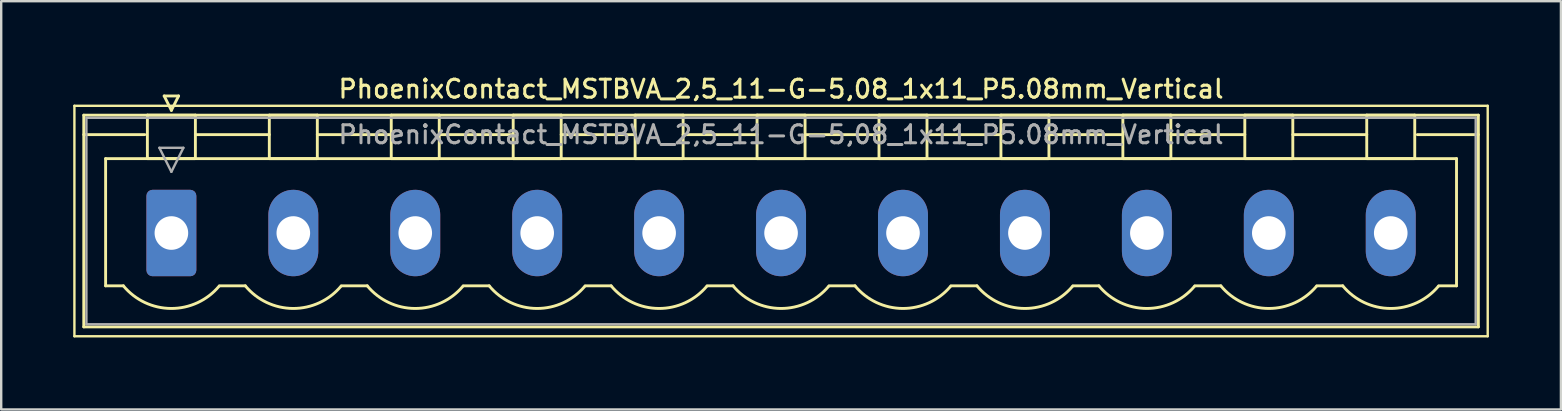
<source format=kicad_pcb>
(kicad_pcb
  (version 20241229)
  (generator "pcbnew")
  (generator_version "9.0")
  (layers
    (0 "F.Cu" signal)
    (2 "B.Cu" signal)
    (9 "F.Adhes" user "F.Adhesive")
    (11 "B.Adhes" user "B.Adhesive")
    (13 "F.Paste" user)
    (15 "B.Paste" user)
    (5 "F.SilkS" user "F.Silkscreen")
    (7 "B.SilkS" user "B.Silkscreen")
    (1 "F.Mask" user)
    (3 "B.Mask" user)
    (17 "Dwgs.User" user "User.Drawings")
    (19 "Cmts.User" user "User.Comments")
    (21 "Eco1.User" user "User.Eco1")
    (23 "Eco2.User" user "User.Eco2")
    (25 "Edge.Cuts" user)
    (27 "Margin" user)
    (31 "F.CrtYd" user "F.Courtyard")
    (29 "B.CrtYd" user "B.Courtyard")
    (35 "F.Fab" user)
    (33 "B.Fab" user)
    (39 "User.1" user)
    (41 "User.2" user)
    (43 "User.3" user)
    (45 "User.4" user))
  (footprint "PhoenixContact_MSTBVA_2,5_11-G-5,08_1x11_P5.08mm_Vertical"
    (layer "F.Cu")
    (at 4.09 6.658)
    (property "Reference" "PhoenixContact_MSTBVA_2,5_11-G-5,08_1x11_P5.08mm_Vertical" (at 25.4 -6 0) (layer "F.SilkS") (effects (font (size 0.75 0.75) (thickness 0.125))))
    (attr through_hole)
    (fp_line (start -4.04 -5.3) (end -4.04 4.3) (stroke (width 0.1) (type solid)) (layer "F.SilkS"))
    (fp_line (start -4.04 4.3) (end 54.84 4.3) (stroke (width 0.1) (type solid)) (layer "F.SilkS"))
    (fp_line (start -3.65 -4.91) (end -3.65 3.91) (stroke (width 0.12) (type solid)) (layer "F.SilkS"))
    (fp_line (start -3.65 -4.1) (end -1.11 -4.1) (stroke (width 0.12) (type solid)) (layer "F.SilkS"))
    (fp_line (start -3.65 3.91) (end 54.45 3.91) (stroke (width 0.12) (type solid)) (layer "F.SilkS"))
    (fp_line (start -2.74 -3.1) (end 53.54 -3.1) (stroke (width 0.12) (type solid)) (layer "F.SilkS"))
    (fp_line (start -2.74 2.2) (end -2.74 -3.1) (stroke (width 0.12) (type solid)) (layer "F.SilkS"))
    (fp_line (start -2 2.2) (end -2.74 2.2) (stroke (width 0.12) (type solid)) (layer "F.SilkS"))
    (fp_line (start -1 -4.91) (end 1 -4.91) (stroke (width 0.12) (type solid)) (layer "F.SilkS"))
    (fp_line (start -1 -3.1) (end -1 -4.91) (stroke (width 0.12) (type solid)) (layer "F.SilkS"))
    (fp_line (start -0.3 -5.71) (end 0.3 -5.71) (stroke (width 0.12) (type solid)) (layer "F.SilkS"))
    (fp_line (start 0 -5.11) (end -0.3 -5.71) (stroke (width 0.12) (type solid)) (layer "F.SilkS"))
    (fp_line (start 0.3 -5.71) (end 0 -5.11) (stroke (width 0.12) (type solid)) (layer "F.SilkS"))
    (fp_line (start 1 -4.91) (end 1 -3.1) (stroke (width 0.12) (type solid)) (layer "F.SilkS"))
    (fp_line (start 1 -4.1) (end 4.08 -4.1) (stroke (width 0.12) (type solid)) (layer "F.SilkS"))
    (fp_line (start 1 -3.1) (end -1 -3.1) (stroke (width 0.12) (type solid)) (layer "F.SilkS"))
    (fp_line (start 2 2.2) (end 3.08 2.2) (stroke (width 0.12) (type solid)) (layer "F.SilkS"))
    (fp_line (start 4.08 -4.91) (end 6.08 -4.91) (stroke (width 0.12) (type solid)) (layer "F.SilkS"))
    (fp_line (start 4.08 -3.1) (end 4.08 -4.91) (stroke (width 0.12) (type solid)) (layer "F.SilkS"))
    (fp_line (start 6.08 -4.91) (end 6.08 -3.1) (stroke (width 0.12) (type solid)) (layer "F.SilkS"))
    (fp_line (start 6.08 -4.1) (end 9.16 -4.1) (stroke (width 0.12) (type solid)) (layer "F.SilkS"))
    (fp_line (start 6.08 -3.1) (end 4.08 -3.1) (stroke (width 0.12) (type solid)) (layer "F.SilkS"))
    (fp_line (start 7.08 2.2) (end 8.16 2.2) (stroke (width 0.12) (type solid)) (layer "F.SilkS"))
    (fp_line (start 9.16 -4.91) (end 11.16 -4.91) (stroke (width 0.12) (type solid)) (layer "F.SilkS"))
    (fp_line (start 9.16 -3.1) (end 9.16 -4.91) (stroke (width 0.12) (type solid)) (layer "F.SilkS"))
    (fp_line (start 11.16 -4.91) (end 11.16 -3.1) (stroke (width 0.12) (type solid)) (layer "F.SilkS"))
    (fp_line (start 11.16 -4.1) (end 14.24 -4.1) (stroke (width 0.12) (type solid)) (layer "F.SilkS"))
    (fp_line (start 11.16 -3.1) (end 9.16 -3.1) (stroke (width 0.12) (type solid)) (layer "F.SilkS"))
    (fp_line (start 12.16 2.2) (end 13.24 2.2) (stroke (width 0.12) (type solid)) (layer "F.SilkS"))
    (fp_line (start 14.24 -4.91) (end 16.24 -4.91) (stroke (width 0.12) (type solid)) (layer "F.SilkS"))
    (fp_line (start 14.24 -3.1) (end 14.24 -4.91) (stroke (width 0.12) (type solid)) (layer "F.SilkS"))
    (fp_line (start 16.24 -4.91) (end 16.24 -3.1) (stroke (width 0.12) (type solid)) (layer "F.SilkS"))
    (fp_line (start 16.24 -4.1) (end 19.32 -4.1) (stroke (width 0.12) (type solid)) (layer "F.SilkS"))
    (fp_line (start 16.24 -3.1) (end 14.24 -3.1) (stroke (width 0.12) (type solid)) (layer "F.SilkS"))
    (fp_line (start 17.24 2.2) (end 18.32 2.2) (stroke (width 0.12) (type solid)) (layer "F.SilkS"))
    (fp_line (start 19.32 -4.91) (end 21.32 -4.91) (stroke (width 0.12) (type solid)) (layer "F.SilkS"))
    (fp_line (start 19.32 -3.1) (end 19.32 -4.91) (stroke (width 0.12) (type solid)) (layer "F.SilkS"))
    (fp_line (start 21.32 -4.91) (end 21.32 -3.1) (stroke (width 0.12) (type solid)) (layer "F.SilkS"))
    (fp_line (start 21.32 -4.1) (end 24.4 -4.1) (stroke (width 0.12) (type solid)) (layer "F.SilkS"))
    (fp_line (start 21.32 -3.1) (end 19.32 -3.1) (stroke (width 0.12) (type solid)) (layer "F.SilkS"))
    (fp_line (start 22.32 2.2) (end 23.4 2.2) (stroke (width 0.12) (type solid)) (layer "F.SilkS"))
    (fp_line (start 24.4 -4.91) (end 26.4 -4.91) (stroke (width 0.12) (type solid)) (layer "F.SilkS"))
    (fp_line (start 24.4 -3.1) (end 24.4 -4.91) (stroke (width 0.12) (type solid)) (layer "F.SilkS"))
    (fp_line (start 26.4 -4.91) (end 26.4 -3.1) (stroke (width 0.12) (type solid)) (layer "F.SilkS"))
    (fp_line (start 26.4 -4.1) (end 29.48 -4.1) (stroke (width 0.12) (type solid)) (layer "F.SilkS"))
    (fp_line (start 26.4 -3.1) (end 24.4 -3.1) (stroke (width 0.12) (type solid)) (layer "F.SilkS"))
    (fp_line (start 27.4 2.2) (end 28.48 2.2) (stroke (width 0.12) (type solid)) (layer "F.SilkS"))
    (fp_line (start 29.48 -4.91) (end 31.48 -4.91) (stroke (width 0.12) (type solid)) (layer "F.SilkS"))
    (fp_line (start 29.48 -3.1) (end 29.48 -4.91) (stroke (width 0.12) (type solid)) (layer "F.SilkS"))
    (fp_line (start 31.48 -4.91) (end 31.48 -3.1) (stroke (width 0.12) (type solid)) (layer "F.SilkS"))
    (fp_line (start 31.48 -4.1) (end 34.56 -4.1) (stroke (width 0.12) (type solid)) (layer "F.SilkS"))
    (fp_line (start 31.48 -3.1) (end 29.48 -3.1) (stroke (width 0.12) (type solid)) (layer "F.SilkS"))
    (fp_line (start 32.48 2.2) (end 33.56 2.2) (stroke (width 0.12) (type solid)) (layer "F.SilkS"))
    (fp_line (start 34.56 -4.91) (end 36.56 -4.91) (stroke (width 0.12) (type solid)) (layer "F.SilkS"))
    (fp_line (start 34.56 -3.1) (end 34.56 -4.91) (stroke (width 0.12) (type solid)) (layer "F.SilkS"))
    (fp_line (start 36.56 -4.91) (end 36.56 -3.1) (stroke (width 0.12) (type solid)) (layer "F.SilkS"))
    (fp_line (start 36.56 -4.1) (end 39.64 -4.1) (stroke (width 0.12) (type solid)) (layer "F.SilkS"))
    (fp_line (start 36.56 -3.1) (end 34.56 -3.1) (stroke (width 0.12) (type solid)) (layer "F.SilkS"))
    (fp_line (start 37.56 2.2) (end 38.64 2.2) (stroke (width 0.12) (type solid)) (layer "F.SilkS"))
    (fp_line (start 39.64 -4.91) (end 41.64 -4.91) (stroke (width 0.12) (type solid)) (layer "F.SilkS"))
    (fp_line (start 39.64 -3.1) (end 39.64 -4.91) (stroke (width 0.12) (type solid)) (layer "F.SilkS"))
    (fp_line (start 41.64 -4.91) (end 41.64 -3.1) (stroke (width 0.12) (type solid)) (layer "F.SilkS"))
    (fp_line (start 41.64 -4.1) (end 44.72 -4.1) (stroke (width 0.12) (type solid)) (layer "F.SilkS"))
    (fp_line (start 41.64 -3.1) (end 39.64 -3.1) (stroke (width 0.12) (type solid)) (layer "F.SilkS"))
    (fp_line (start 42.64 2.2) (end 43.72 2.2) (stroke (width 0.12) (type solid)) (layer "F.SilkS"))
    (fp_line (start 44.72 -4.91) (end 46.72 -4.91) (stroke (width 0.12) (type solid)) (layer "F.SilkS"))
    (fp_line (start 44.72 -3.1) (end 44.72 -4.91) (stroke (width 0.12) (type solid)) (layer "F.SilkS"))
    (fp_line (start 46.72 -4.91) (end 46.72 -3.1) (stroke (width 0.12) (type solid)) (layer "F.SilkS"))
    (fp_line (start 46.72 -4.1) (end 49.8 -4.1) (stroke (width 0.12) (type solid)) (layer "F.SilkS"))
    (fp_line (start 46.72 -3.1) (end 44.72 -3.1) (stroke (width 0.12) (type solid)) (layer "F.SilkS"))
    (fp_line (start 47.72 2.2) (end 48.8 2.2) (stroke (width 0.12) (type solid)) (layer "F.SilkS"))
    (fp_line (start 49.8 -4.91) (end 51.8 -4.91) (stroke (width 0.12) (type solid)) (layer "F.SilkS"))
    (fp_line (start 49.8 -3.1) (end 49.8 -4.91) (stroke (width 0.12) (type solid)) (layer "F.SilkS"))
    (fp_line (start 51.8 -4.91) (end 51.8 -3.1) (stroke (width 0.12) (type solid)) (layer "F.SilkS"))
    (fp_line (start 51.8 -3.1) (end 49.8 -3.1) (stroke (width 0.12) (type solid)) (layer "F.SilkS"))
    (fp_line (start 53.54 -3.1) (end 53.54 2.2) (stroke (width 0.12) (type solid)) (layer "F.SilkS"))
    (fp_line (start 53.54 2.2) (end 52.8 2.2) (stroke (width 0.12) (type solid)) (layer "F.SilkS"))
    (fp_line (start 54.45 -4.91) (end -3.65 -4.91) (stroke (width 0.12) (type solid)) (layer "F.SilkS"))
    (fp_line (start 54.45 -4.1) (end 51.91 -4.1) (stroke (width 0.12) (type solid)) (layer "F.SilkS"))
    (fp_line (start 54.45 3.91) (end 54.45 -4.91) (stroke (width 0.12) (type solid)) (layer "F.SilkS"))
    (fp_line (start 54.84 -5.3) (end -4.04 -5.3) (stroke (width 0.1) (type solid)) (layer "F.SilkS"))
    (fp_line (start 54.84 4.3) (end 54.84 -5.3) (stroke (width 0.1) (type solid)) (layer "F.SilkS"))
    (fp_arc (start 1.986842 2.215821) (mid -0.010289 3.142758) (end -2 2.2) (stroke (width 0.12) (type solid)) (layer "F.SilkS"))
    (fp_arc (start 7.066842 2.215821) (mid 5.069711 3.142758) (end 3.08 2.2) (stroke (width 0.12) (type solid)) (layer "F.SilkS"))
    (fp_arc (start 12.146842 2.215821) (mid 10.149711 3.142758) (end 8.16 2.2) (stroke (width 0.12) (type solid)) (layer "F.SilkS"))
    (fp_arc (start 17.226842 2.215821) (mid 15.229711 3.142758) (end 13.24 2.2) (stroke (width 0.12) (type solid)) (layer "F.SilkS"))
    (fp_arc (start 22.306842 2.215821) (mid 20.309711 3.142758) (end 18.32 2.2) (stroke (width 0.12) (type solid)) (layer "F.SilkS"))
    (fp_arc (start 27.386842 2.215821) (mid 25.389711 3.142758) (end 23.4 2.2) (stroke (width 0.12) (type solid)) (layer "F.SilkS"))
    (fp_arc (start 32.466842 2.215821) (mid 30.469711 3.142758) (end 28.48 2.2) (stroke (width 0.12) (type solid)) (layer "F.SilkS"))
    (fp_arc (start 37.546842 2.215821) (mid 35.549711 3.142758) (end 33.56 2.2) (stroke (width 0.12) (type solid)) (layer "F.SilkS"))
    (fp_arc (start 42.626842 2.215821) (mid 40.629711 3.142758) (end 38.64 2.2) (stroke (width 0.12) (type solid)) (layer "F.SilkS"))
    (fp_arc (start 47.706842 2.215821) (mid 45.709711 3.142758) (end 43.72 2.2) (stroke (width 0.12) (type solid)) (layer "F.SilkS"))
    (fp_arc (start 52.786842 2.215821) (mid 50.789711 3.142758) (end 48.8 2.2) (stroke (width 0.12) (type solid)) (layer "F.SilkS"))
    (fp_line (start -3.54 -4.8) (end -3.54 3.8) (stroke (width 0.1) (type solid)) (layer "F.Fab"))
    (fp_line (start -3.54 3.8) (end 54.34 3.8) (stroke (width 0.1) (type solid)) (layer "F.Fab"))
    (fp_line (start -0.5 -3.55) (end 0.5 -3.55) (stroke (width 0.1) (type solid)) (layer "F.Fab"))
    (fp_line (start 0 -2.55) (end -0.5 -3.55) (stroke (width 0.1) (type solid)) (layer "F.Fab"))
    (fp_line (start 0.5 -3.55) (end 0 -2.55) (stroke (width 0.1) (type solid)) (layer "F.Fab"))
    (fp_line (start 54.34 -4.8) (end -3.54 -4.8) (stroke (width 0.1) (type solid)) (layer "F.Fab"))
    (fp_line (start 54.34 3.8) (end 54.34 -4.8) (stroke (width 0.1) (type solid)) (layer "F.Fab"))
    (fp_text user "${REFERENCE}" (at 25.4 -4.1 0) (layer "F.Fab") (effects (font (size 0.75 0.75) (thickness 0.125))))
    (pad "1" thru_hole roundrect (at 0 0) (size 2.08 3.6) (drill 1.4) (layers "*.Cu" "*.Mask") (roundrect_rratio 0.12))
    (pad "2" thru_hole oval (at 5.08 0) (size 2.08 3.6) (drill 1.4) (layers "*.Cu" "*.Mask"))
    (pad "3" thru_hole oval (at 10.16 0) (size 2.08 3.6) (drill 1.4) (layers "*.Cu" "*.Mask"))
    (pad "4" thru_hole oval (at 15.24 0) (size 2.08 3.6) (drill 1.4) (layers "*.Cu" "*.Mask"))
    (pad "5" thru_hole oval (at 20.32 0) (size 2.08 3.6) (drill 1.4) (layers "*.Cu" "*.Mask"))
    (pad "6" thru_hole oval (at 25.4 0) (size 2.08 3.6) (drill 1.4) (layers "*.Cu" "*.Mask"))
    (pad "7" thru_hole oval (at 30.48 0) (size 2.08 3.6) (drill 1.4) (layers "*.Cu" "*.Mask"))
    (pad "8" thru_hole oval (at 35.56 0) (size 2.08 3.6) (drill 1.4) (layers "*.Cu" "*.Mask"))
    (pad "9" thru_hole oval (at 40.64 0) (size 2.08 3.6) (drill 1.4) (layers "*.Cu" "*.Mask"))
    (pad "10" thru_hole oval (at 45.72 0) (size 2.08 3.6) (drill 1.4) (layers "*.Cu" "*.Mask"))
    (pad "11" thru_hole oval (at 50.8 0) (size 2.08 3.6) (drill 1.4) (layers "*.Cu" "*.Mask")))
  (gr_rect
    (start -3 -3)
    (end 61.98 14.008)
    (stroke (width 0.1) (type default))
    (fill no)
    (layer "Edge.Cuts")))
</source>
